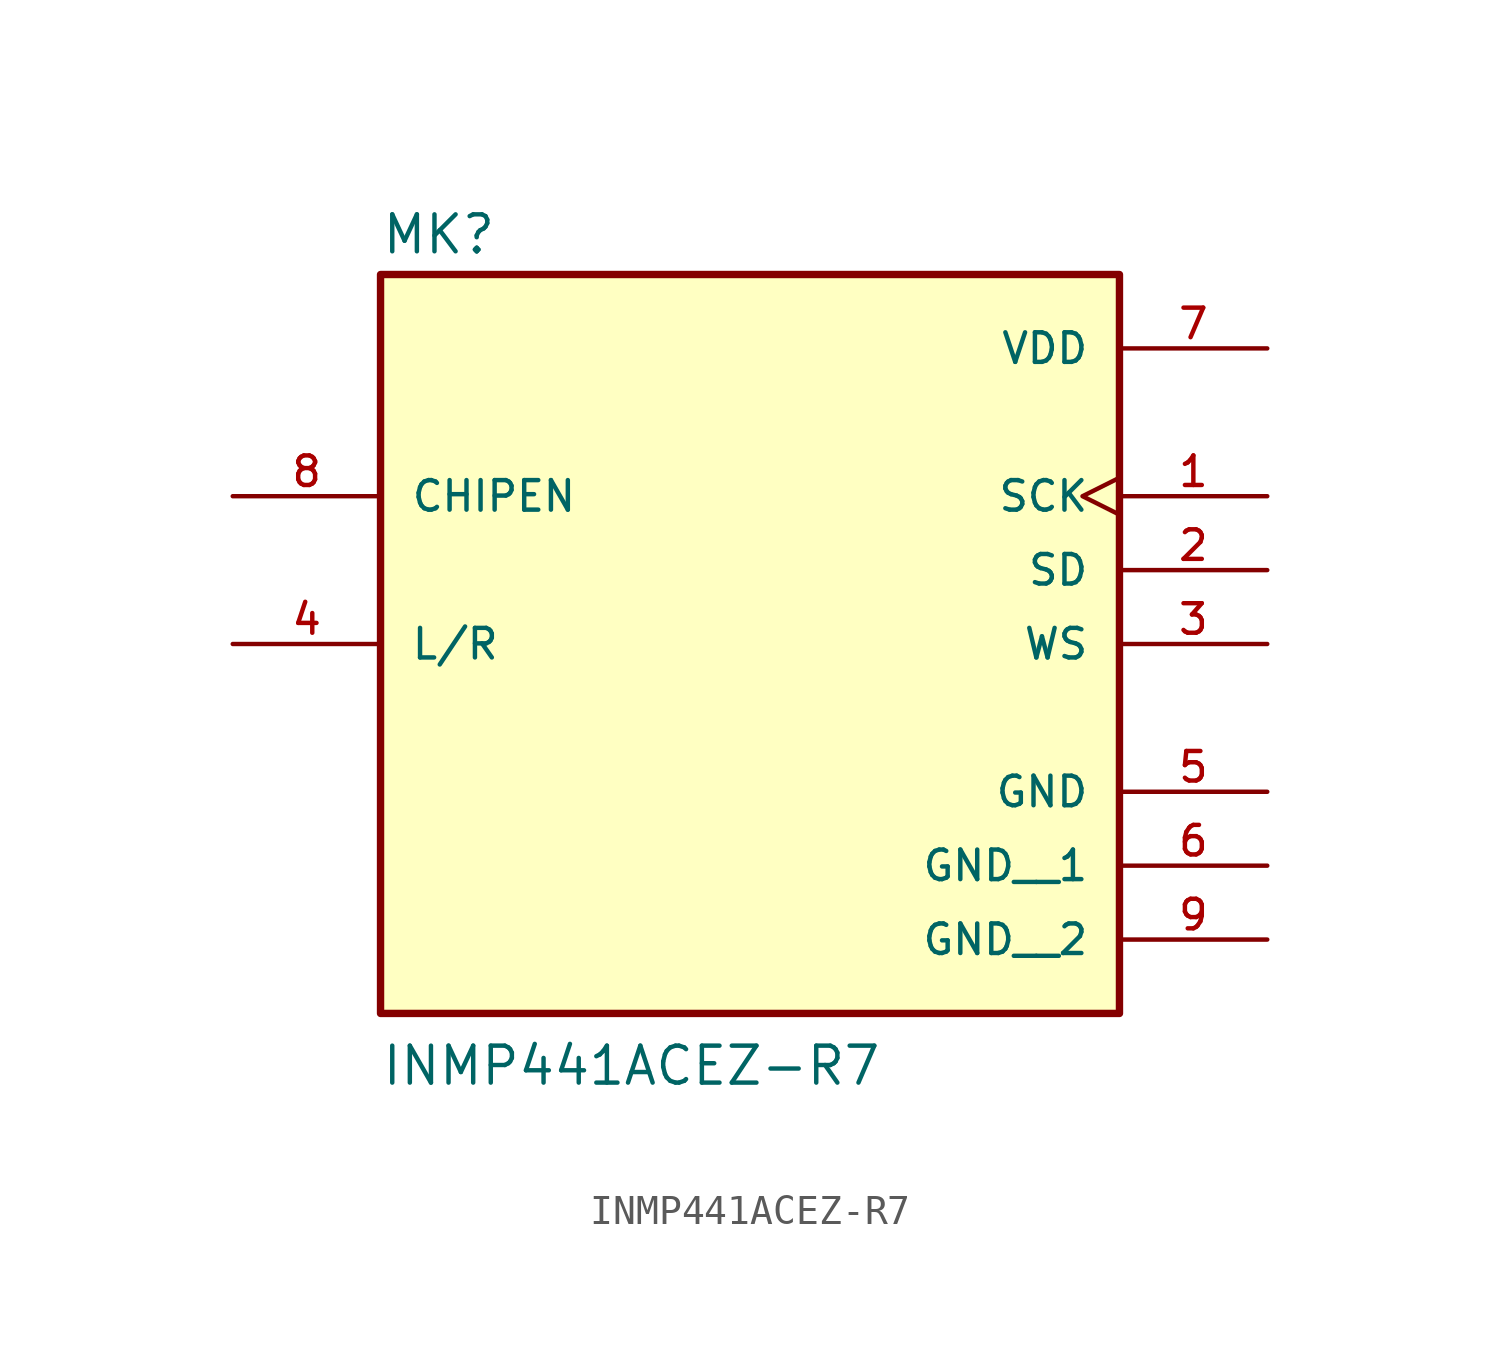
<source format=kicad_sym>
(kicad_symbol_lib
  (version 20231120)
  (generator "kicad_symbol_editor")
  (generator_version "8.0")
  (symbol "INMP441ACEZ-R7"
    (pin_names
      (offset 1.016))
    (property "Reference" "MK"
      (at -12.7 10.795 0)
      (effects (font (size 1.27 1.27)) (justify left bottom)))
    (property "Value" "INMP441ACEZ-R7"
      (at -12.7 -17.78 0)
      (effects (font (size 1.27 1.27)) (justify left bottom)))
    (symbol "INMP441ACEZ-R7_0_0"
      (rectangle (start -12.7 -15.24) (end 12.7 10.16) (stroke (width 0.254) (type default)) (fill (type background)))
      (pin input clock (at 17.78 2.54 180) (length 5.08) (name "SCK" (effects (font (size 1.016 1.016)))) (number "1" (effects (font (size 1.016 1.016)))))
      (pin output line (at 17.78 0 180) (length 5.08) (name "SD" (effects (font (size 1.016 1.016)))) (number "2" (effects (font (size 1.016 1.016)))))
      (pin input line (at 17.78 -2.54 180) (length 5.08) (name "WS" (effects (font (size 1.016 1.016)))) (number "3" (effects (font (size 1.016 1.016)))))
      (pin input line (at -17.78 -2.54 0) (length 5.08) (name "L/R" (effects (font (size 1.016 1.016)))) (number "4" (effects (font (size 1.016 1.016)))))
      (pin power_in line (at 17.78 -7.62 180) (length 5.08) (name "GND" (effects (font (size 1.016 1.016)))) (number "5" (effects (font (size 1.016 1.016)))))
      (pin power_in line (at 17.78 -10.16 180) (length 5.08) (name "GND__1" (effects (font (size 1.016 1.016)))) (number "6" (effects (font (size 1.016 1.016)))))
      (pin power_in line (at 17.78 7.62 180) (length 5.08) (name "VDD" (effects (font (size 1.016 1.016)))) (number "7" (effects (font (size 1.016 1.016)))))
      (pin input line (at -17.78 2.54 0) (length 5.08) (name "CHIPEN" (effects (font (size 1.016 1.016)))) (number "8" (effects (font (size 1.016 1.016)))))
      (pin power_in line (at 17.78 -12.7 180) (length 5.08) (name "GND__2" (effects (font (size 1.016 1.016)))) (number "9" (effects (font (size 1.016 1.016))))))))
</source>
